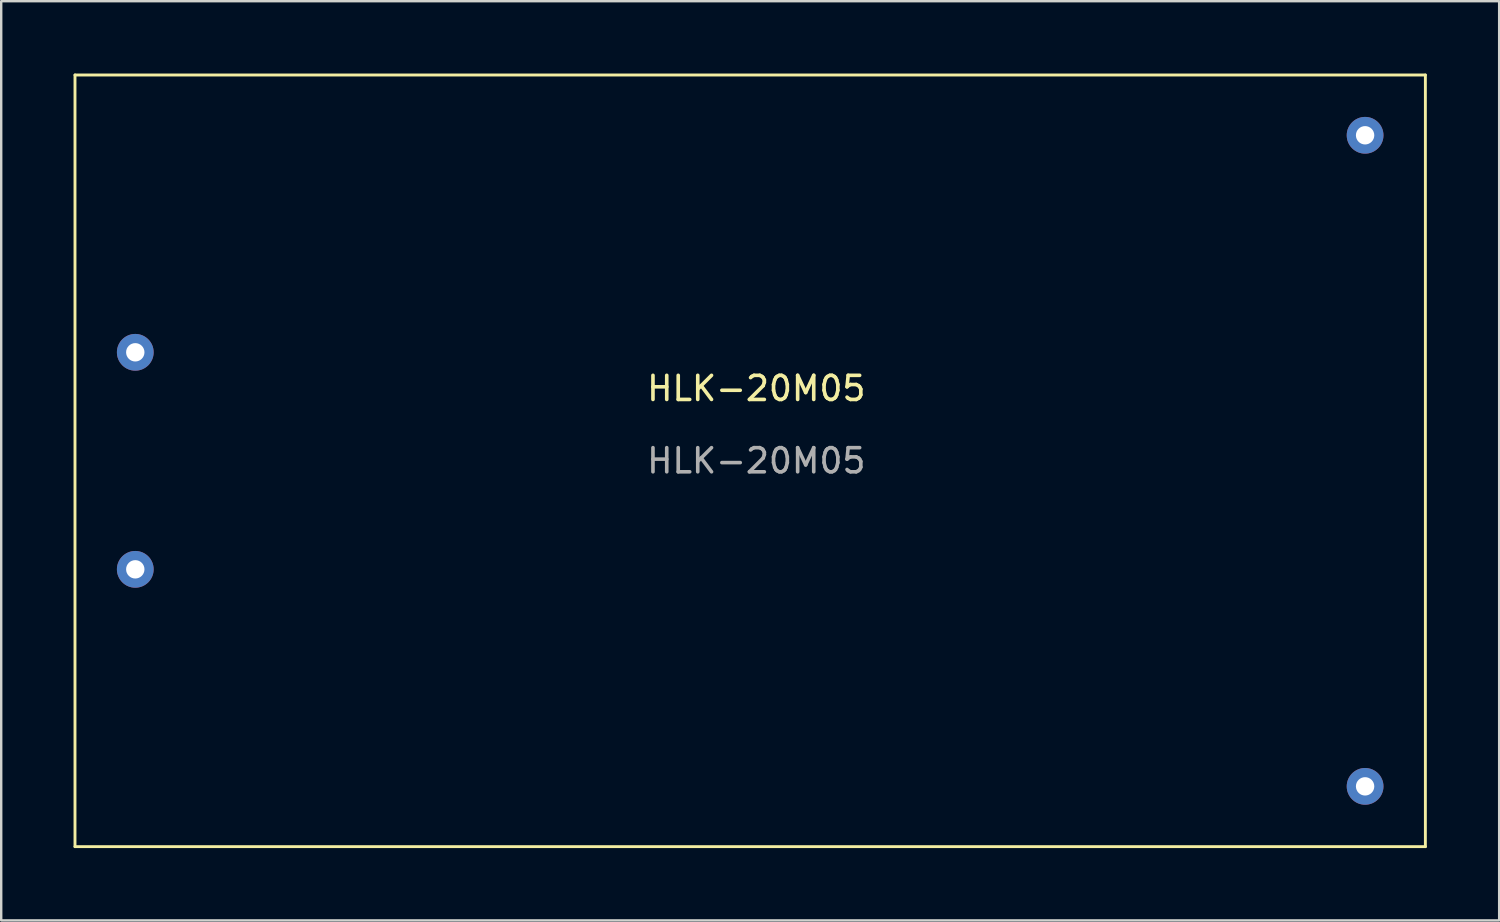
<source format=kicad_pcb>
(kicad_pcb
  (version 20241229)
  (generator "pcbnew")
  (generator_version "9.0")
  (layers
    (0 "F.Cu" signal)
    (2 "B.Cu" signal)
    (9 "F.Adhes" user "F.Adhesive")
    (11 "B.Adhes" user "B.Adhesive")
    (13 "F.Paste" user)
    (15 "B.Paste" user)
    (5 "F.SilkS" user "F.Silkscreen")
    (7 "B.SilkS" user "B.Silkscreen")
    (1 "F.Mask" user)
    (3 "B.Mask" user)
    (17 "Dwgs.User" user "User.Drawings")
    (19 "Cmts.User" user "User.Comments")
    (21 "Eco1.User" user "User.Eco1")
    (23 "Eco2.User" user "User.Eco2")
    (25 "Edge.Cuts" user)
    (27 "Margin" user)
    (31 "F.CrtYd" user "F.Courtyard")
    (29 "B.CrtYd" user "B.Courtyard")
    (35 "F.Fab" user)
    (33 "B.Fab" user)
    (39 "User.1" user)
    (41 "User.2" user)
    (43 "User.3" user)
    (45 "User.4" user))
  (footprint "HLK-20M05"
    (layer "F.Cu")
    (at 28.06 16.06)
    (property "Reference" "HLK-20M05" (at 0.254 -3 0) (unlocked yes) (layer "F.SilkS") (effects (font (size 1 1) (thickness 0.15))))
    (attr through_hole)
    (fp_line (start -28 -16) (end 28 -16) (stroke (width 0.12) (type solid)) (layer "F.SilkS"))
    (fp_line (start -28 16) (end -28 -16) (stroke (width 0.12) (type solid)) (layer "F.SilkS"))
    (fp_line (start 28 -16) (end 28 16) (stroke (width 0.12) (type solid)) (layer "F.SilkS"))
    (fp_line (start 28 16) (end -28 16) (stroke (width 0.12) (type solid)) (layer "F.SilkS"))
    (fp_text user "${REFERENCE}" (at 0.254 0 0) (unlocked yes) (layer "F.Fab") (effects (font (size 1 1) (thickness 0.15))))
    (pad "1" thru_hole circle (at -25.5 -4.5) (size 1.524 1.524) (drill 0.762) (layers "*.Cu" "*.Mask"))
    (pad "2" thru_hole circle (at -25.5 4.5) (size 1.524 1.524) (drill 0.762) (layers "*.Cu" "*.Mask"))
    (pad "3" thru_hole circle (at 25.5 13.5) (size 1.524 1.524) (drill 0.762) (layers "*.Cu" "*.Mask"))
    (pad "4" thru_hole circle (at 25.5 -13.5) (size 1.524 1.524) (drill 0.762) (layers "*.Cu" "*.Mask")))
  (gr_rect
    (start -3 -3)
    (end 59.12 35.12)
    (stroke (width 0.1) (type default))
    (fill no)
    (layer "Edge.Cuts")))
</source>
